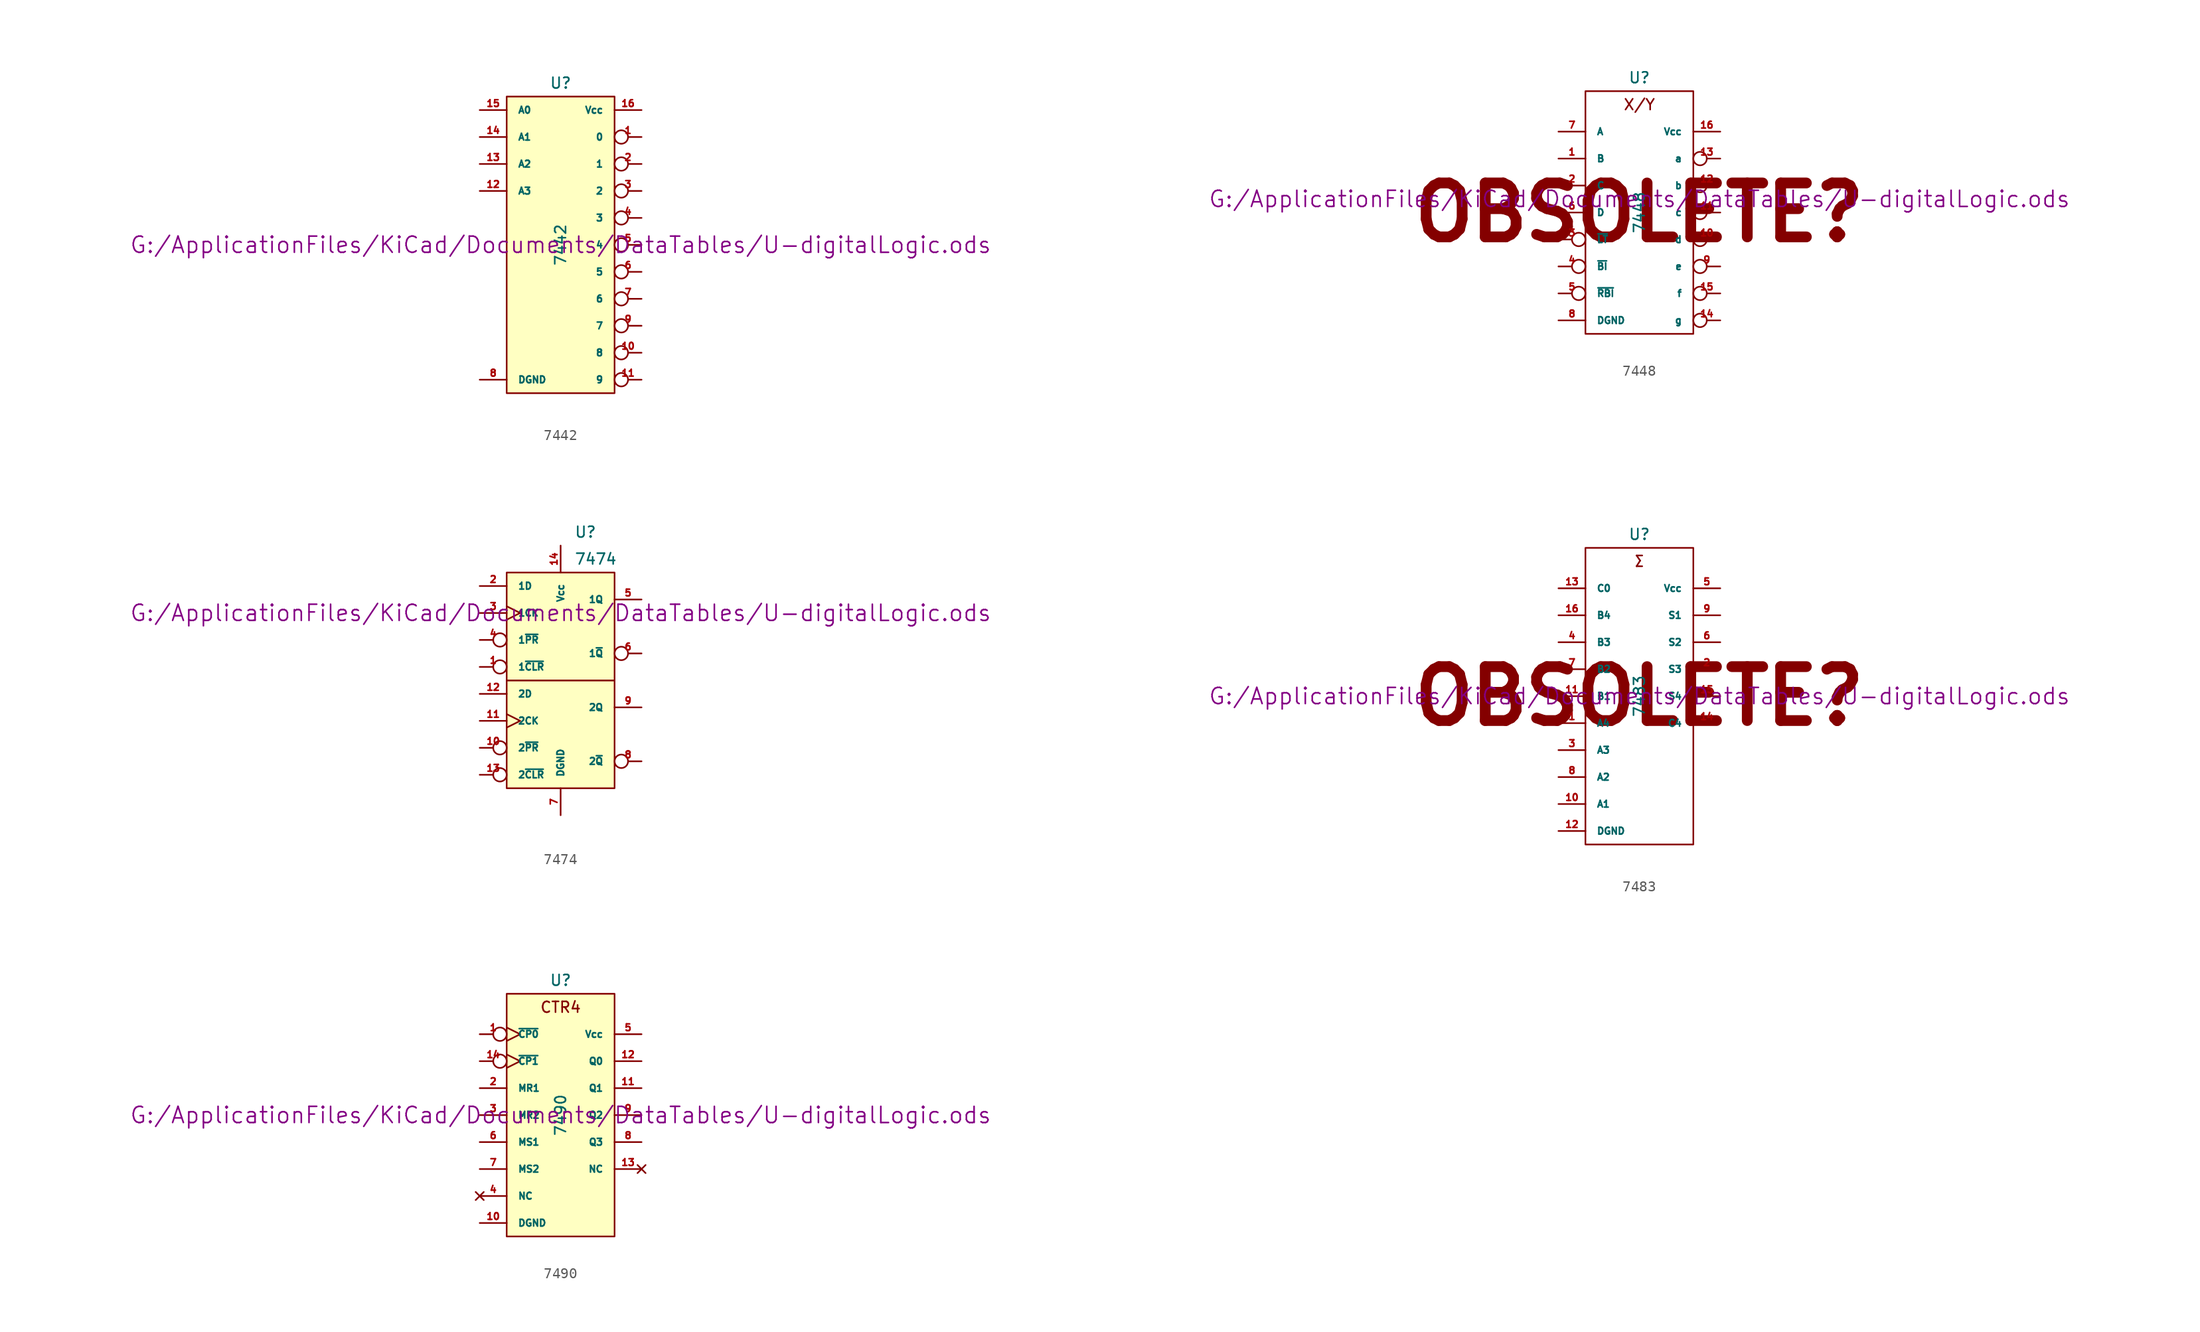
<source format=kicad_sym>
(kicad_symbol_lib
  (version 20211014)
  (generator kicad_symbol_editor)
  (symbol "7442"
    (pin_names
      (offset 1.016))
    (property "Reference" "U"
      (at 0 15.24 0)
      (effects (font (size 1.016 1.016))))
    (property "Value" "7442"
      (at 0 0 90)
      (effects (font (size 1.016 1.016))))
    (property "Footprint" ""
      (at 0 0 0)
      (effects (font (size 1.524 1.524))))
    (property "Datasheet" "G:/ApplicationFiles/KiCad/Documents/DataTables/U-digitalLogic.ods"
      (at 0 0 0)
      (effects (font (size 1.524 1.524))))
    (symbol "7442_0_1"
      (rectangle (start -5.08 13.97) (end 5.08 -13.97) (stroke (width 0) (type default) (color 0 0 0 0)) (fill (type background))))
    (symbol "7442_1_1"
      (pin output inverted (at 7.62 10.16 180) (length 2.54) (name "0" (effects (font (size 0.635 0.635)))) (number "1" (effects (font (size 0.635 0.635)))))
      (pin output inverted (at 7.62 -10.16 180) (length 2.54) (name "8" (effects (font (size 0.635 0.635)))) (number "10" (effects (font (size 0.635 0.635)))))
      (pin output inverted (at 7.62 -12.7 180) (length 2.54) (name "9" (effects (font (size 0.635 0.635)))) (number "11" (effects (font (size 0.635 0.635)))))
      (pin input line (at -7.62 5.08 0) (length 2.54) (name "A3" (effects (font (size 0.635 0.635)))) (number "12" (effects (font (size 0.635 0.635)))))
      (pin input line (at -7.62 7.62 0) (length 2.54) (name "A2" (effects (font (size 0.635 0.635)))) (number "13" (effects (font (size 0.635 0.635)))))
      (pin input line (at -7.62 10.16 0) (length 2.54) (name "A1" (effects (font (size 0.635 0.635)))) (number "14" (effects (font (size 0.635 0.635)))))
      (pin input line (at -7.62 12.7 0) (length 2.54) (name "A0" (effects (font (size 0.635 0.635)))) (number "15" (effects (font (size 0.635 0.635)))))
      (pin power_in line (at 7.62 12.7 180) (length 2.54) (name "Vcc" (effects (font (size 0.635 0.635)))) (number "16" (effects (font (size 0.635 0.635)))))
      (pin output inverted (at 7.62 7.62 180) (length 2.54) (name "1" (effects (font (size 0.635 0.635)))) (number "2" (effects (font (size 0.635 0.635)))))
      (pin output inverted (at 7.62 5.08 180) (length 2.54) (name "2" (effects (font (size 0.635 0.635)))) (number "3" (effects (font (size 0.635 0.635)))))
      (pin output inverted (at 7.62 2.54 180) (length 2.54) (name "3" (effects (font (size 0.635 0.635)))) (number "4" (effects (font (size 0.635 0.635)))))
      (pin output inverted (at 7.62 0 180) (length 2.54) (name "4" (effects (font (size 0.635 0.635)))) (number "5" (effects (font (size 0.635 0.635)))))
      (pin output inverted (at 7.62 -2.54 180) (length 2.54) (name "5" (effects (font (size 0.635 0.635)))) (number "6" (effects (font (size 0.635 0.635)))))
      (pin output inverted (at 7.62 -5.08 180) (length 2.54) (name "6" (effects (font (size 0.635 0.635)))) (number "7" (effects (font (size 0.635 0.635)))))
      (pin power_in line (at -7.62 -12.7 0) (length 2.54) (name "DGND" (effects (font (size 0.635 0.635)))) (number "8" (effects (font (size 0.635 0.635)))))
      (pin output inverted (at 7.62 -7.62 180) (length 2.54) (name "7" (effects (font (size 0.635 0.635)))) (number "9" (effects (font (size 0.635 0.635)))))))
  (symbol "7448"
    (pin_names
      (offset 1.016))
    (property "Reference" "U"
      (at 0 12.7 0)
      (effects (font (size 1.016 1.016))))
    (property "Value" "7448"
      (at 0 0 90)
      (effects (font (size 1.016 1.016))))
    (property "Footprint" ""
      (at 0 1.27 0)
      (effects (font (size 1.524 1.524))))
    (property "Datasheet" "G:/ApplicationFiles/KiCad/Documents/DataTables/U-digitalLogic.ods"
      (at 0 1.27 0)
      (effects (font (size 1.524 1.524))))
    (symbol "7448_0_0"
      (text "OBSOLETE?" (at 0 0 0) (effects (font (size 5.08 5.08) bold)))
      (text "X/Y" (at 0 10.16 0) (effects (font (size 1.016 1.016)))))
    (symbol "7448_0_1"
      (rectangle (start -5.08 11.43) (end 5.08 -11.43) (stroke (width 0) (type default) (color 0 0 0 0)) (fill (type none))))
    (symbol "7448_1_1"
      (pin input line (at -7.62 5.08 0) (length 2.54) (name "B" (effects (font (size 0.635 0.635)))) (number "1" (effects (font (size 0.635 0.635)))))
      (pin open_collector inverted (at 7.62 -2.54 180) (length 2.54) (name "d" (effects (font (size 0.635 0.635)))) (number "10" (effects (font (size 0.635 0.635)))))
      (pin open_collector inverted (at 7.62 0 180) (length 2.54) (name "c" (effects (font (size 0.635 0.635)))) (number "11" (effects (font (size 0.635 0.635)))))
      (pin open_collector inverted (at 7.62 2.54 180) (length 2.54) (name "b" (effects (font (size 0.635 0.635)))) (number "12" (effects (font (size 0.635 0.635)))))
      (pin open_collector inverted (at 7.62 5.08 180) (length 2.54) (name "a" (effects (font (size 0.635 0.635)))) (number "13" (effects (font (size 0.635 0.635)))))
      (pin open_collector inverted (at 7.62 -10.16 180) (length 2.54) (name "g" (effects (font (size 0.635 0.635)))) (number "14" (effects (font (size 0.635 0.635)))))
      (pin open_collector inverted (at 7.62 -7.62 180) (length 2.54) (name "f" (effects (font (size 0.635 0.635)))) (number "15" (effects (font (size 0.635 0.635)))))
      (pin power_in line (at 7.62 7.62 180) (length 2.54) (name "Vcc" (effects (font (size 0.635 0.635)))) (number "16" (effects (font (size 0.635 0.635)))))
      (pin input line (at -7.62 2.54 0) (length 2.54) (name "C" (effects (font (size 0.635 0.635)))) (number "2" (effects (font (size 0.635 0.635)))))
      (pin input inverted (at -7.62 -2.54 0) (length 2.54) (name "~{LT}" (effects (font (size 0.635 0.635)))) (number "3" (effects (font (size 0.635 0.635)))))
      (pin input inverted (at -7.62 -5.08 0) (length 2.54) (name "~{BI}" (effects (font (size 0.635 0.635)))) (number "4" (effects (font (size 0.635 0.635)))))
      (pin input inverted (at -7.62 -7.62 0) (length 2.54) (name "~{RBI}" (effects (font (size 0.635 0.635)))) (number "5" (effects (font (size 0.635 0.635)))))
      (pin input line (at -7.62 0 0) (length 2.54) (name "D" (effects (font (size 0.635 0.635)))) (number "6" (effects (font (size 0.635 0.635)))))
      (pin input line (at -7.62 7.62 0) (length 2.54) (name "A" (effects (font (size 0.635 0.635)))) (number "7" (effects (font (size 0.635 0.635)))))
      (pin power_in line (at -7.62 -10.16 0) (length 2.54) (name "DGND" (effects (font (size 0.635 0.635)))) (number "8" (effects (font (size 0.635 0.635)))))
      (pin open_collector inverted (at 7.62 -5.08 180) (length 2.54) (name "e" (effects (font (size 0.635 0.635)))) (number "9" (effects (font (size 0.635 0.635)))))))
  (symbol "7474"
    (pin_names
      (offset 1.016))
    (property "Reference" "U"
      (at 1.27 13.97 0)
      (effects (font (size 1.016 1.016)) (justify left)))
    (property "Value" "7474"
      (at 1.27 11.43 0)
      (effects (font (size 1.016 1.016)) (justify left)))
    (property "Footprint" ""
      (at 0 6.35 0)
      (effects (font (size 1.524 1.524))))
    (property "Datasheet" "G:/ApplicationFiles/KiCad/Documents/DataTables/U-digitalLogic.ods"
      (at 0 6.35 0)
      (effects (font (size 1.524 1.524))))
    (symbol "7474_0_1"
      (rectangle (start -5.08 0) (end 5.08 -10.16) (stroke (width 0) (type default) (color 0 0 0 0)) (fill (type background)))
      (rectangle (start -5.08 10.16) (end 5.08 0) (stroke (width 0) (type default) (color 0 0 0 0)) (fill (type background))))
    (symbol "7474_1_1"
      (pin input inverted (at -7.62 1.27 0) (length 2.54) (name "1~{CLR}" (effects (font (size 0.635 0.635)))) (number "1" (effects (font (size 0.635 0.635)))))
      (pin input inverted (at -7.62 -6.35 0) (length 2.54) (name "2~{PR}" (effects (font (size 0.635 0.635)))) (number "10" (effects (font (size 0.635 0.635)))))
      (pin input clock (at -7.62 -3.81 0) (length 2.54) (name "2CK" (effects (font (size 0.635 0.635)))) (number "11" (effects (font (size 0.635 0.635)))))
      (pin input line (at -7.62 -1.27 0) (length 2.54) (name "2D" (effects (font (size 0.635 0.635)))) (number "12" (effects (font (size 0.635 0.635)))))
      (pin input inverted (at -7.62 -8.89 0) (length 2.54) (name "2~{CLR}" (effects (font (size 0.635 0.635)))) (number "13" (effects (font (size 0.635 0.635)))))
      (pin power_in line (at 0 12.7 270) (length 2.54) (name "Vcc" (effects (font (size 0.635 0.635)))) (number "14" (effects (font (size 0.635 0.635)))))
      (pin input line (at -7.62 8.89 0) (length 2.54) (name "1D" (effects (font (size 0.635 0.635)))) (number "2" (effects (font (size 0.635 0.635)))))
      (pin input clock (at -7.62 6.35 0) (length 2.54) (name "1CK" (effects (font (size 0.635 0.635)))) (number "3" (effects (font (size 0.635 0.635)))))
      (pin input inverted (at -7.62 3.81 0) (length 2.54) (name "1~{PR}" (effects (font (size 0.635 0.635)))) (number "4" (effects (font (size 0.635 0.635)))))
      (pin output line (at 7.62 7.62 180) (length 2.54) (name "1Q" (effects (font (size 0.635 0.635)))) (number "5" (effects (font (size 0.635 0.635)))))
      (pin output inverted (at 7.62 2.54 180) (length 2.54) (name "1~{Q}" (effects (font (size 0.635 0.635)))) (number "6" (effects (font (size 0.635 0.635)))))
      (pin power_in line (at 0 -12.7 90) (length 2.54) (name "DGND" (effects (font (size 0.635 0.635)))) (number "7" (effects (font (size 0.635 0.635)))))
      (pin output inverted (at 7.62 -7.62 180) (length 2.54) (name "2~{Q}" (effects (font (size 0.635 0.635)))) (number "8" (effects (font (size 0.635 0.635)))))
      (pin output line (at 7.62 -2.54 180) (length 2.54) (name "2Q" (effects (font (size 0.635 0.635)))) (number "9" (effects (font (size 0.635 0.635)))))))
  (symbol "7483"
    (pin_names
      (offset 1.016))
    (property "Reference" "U"
      (at 0 15.24 0)
      (effects (font (size 1.016 1.016))))
    (property "Value" "7483"
      (at 0 0 90)
      (effects (font (size 1.016 1.016))))
    (property "Footprint" ""
      (at 0 0 0)
      (effects (font (size 1.524 1.524))))
    (property "Datasheet" "G:/ApplicationFiles/KiCad/Documents/DataTables/U-digitalLogic.ods"
      (at 0 0 0)
      (effects (font (size 1.524 1.524))))
    (symbol "7483_0_0"
      (text "OBSOLETE?" (at 0 0 0) (effects (font (size 5.08 5.08) bold)))
      (text "Σ" (at 0 12.7 0) (effects (font (size 1.016 1.016)))))
    (symbol "7483_0_1"
      (rectangle (start -5.08 13.97) (end 5.08 -13.97) (stroke (width 0) (type default) (color 0 0 0 0)) (fill (type none))))
    (symbol "7483_1_1"
      (pin input line (at -7.62 -2.54 0) (length 2.54) (name "A4" (effects (font (size 0.635 0.635)))) (number "1" (effects (font (size 0.635 0.635)))))
      (pin input line (at -7.62 -10.16 0) (length 2.54) (name "A1" (effects (font (size 0.635 0.635)))) (number "10" (effects (font (size 0.635 0.635)))))
      (pin input line (at -7.62 0 0) (length 2.54) (name "B1" (effects (font (size 0.635 0.635)))) (number "11" (effects (font (size 0.635 0.635)))))
      (pin power_in line (at -7.62 -12.7 0) (length 2.54) (name "DGND" (effects (font (size 0.635 0.635)))) (number "12" (effects (font (size 0.635 0.635)))))
      (pin input line (at -7.62 10.16 0) (length 2.54) (name "C0" (effects (font (size 0.635 0.635)))) (number "13" (effects (font (size 0.635 0.635)))))
      (pin output line (at 7.62 -2.54 180) (length 2.54) (name "C4" (effects (font (size 0.635 0.635)))) (number "14" (effects (font (size 0.635 0.635)))))
      (pin output line (at 7.62 0 180) (length 2.54) (name "S4" (effects (font (size 0.635 0.635)))) (number "15" (effects (font (size 0.635 0.635)))))
      (pin input line (at -7.62 7.62 0) (length 2.54) (name "B4" (effects (font (size 0.635 0.635)))) (number "16" (effects (font (size 0.635 0.635)))))
      (pin output line (at 7.62 2.54 180) (length 2.54) (name "S3" (effects (font (size 0.635 0.635)))) (number "2" (effects (font (size 0.635 0.635)))))
      (pin input line (at -7.62 -5.08 0) (length 2.54) (name "A3" (effects (font (size 0.635 0.635)))) (number "3" (effects (font (size 0.635 0.635)))))
      (pin input line (at -7.62 5.08 0) (length 2.54) (name "B3" (effects (font (size 0.635 0.635)))) (number "4" (effects (font (size 0.635 0.635)))))
      (pin power_in line (at 7.62 10.16 180) (length 2.54) (name "Vcc" (effects (font (size 0.635 0.635)))) (number "5" (effects (font (size 0.635 0.635)))))
      (pin output line (at 7.62 5.08 180) (length 2.54) (name "S2" (effects (font (size 0.635 0.635)))) (number "6" (effects (font (size 0.635 0.635)))))
      (pin input line (at -7.62 2.54 0) (length 2.54) (name "B2" (effects (font (size 0.635 0.635)))) (number "7" (effects (font (size 0.635 0.635)))))
      (pin input line (at -7.62 -7.62 0) (length 2.54) (name "A2" (effects (font (size 0.635 0.635)))) (number "8" (effects (font (size 0.635 0.635)))))
      (pin output line (at 7.62 7.62 180) (length 2.54) (name "S1" (effects (font (size 0.635 0.635)))) (number "9" (effects (font (size 0.635 0.635)))))))
  (symbol "7490"
    (pin_names
      (offset 1.016))
    (property "Reference" "U"
      (at 0 12.7 0)
      (effects (font (size 1.016 1.016))))
    (property "Value" "7490"
      (at 0 0 90)
      (effects (font (size 1.016 1.016))))
    (property "Footprint" ""
      (at 0 0 0)
      (effects (font (size 1.524 1.524))))
    (property "Datasheet" "G:/ApplicationFiles/KiCad/Documents/DataTables/U-digitalLogic.ods"
      (at 0 0 0)
      (effects (font (size 1.524 1.524))))
    (symbol "7490_0_0"
      (text "CTR4" (at 0 10.16 0) (effects (font (size 1.016 1.016)))))
    (symbol "7490_0_1"
      (rectangle (start -5.08 11.43) (end 5.08 -11.43) (stroke (width 0) (type default) (color 0 0 0 0)) (fill (type background))))
    (symbol "7490_1_1"
      (pin input inverted_clock (at -7.62 7.62 0) (length 2.54) (name "~{CP0}" (effects (font (size 0.635 0.635)))) (number "1" (effects (font (size 0.635 0.635)))))
      (pin power_in line (at -7.62 -10.16 0) (length 2.54) (name "DGND" (effects (font (size 0.635 0.635)))) (number "10" (effects (font (size 0.635 0.635)))))
      (pin output line (at 7.62 2.54 180) (length 2.54) (name "Q1" (effects (font (size 0.635 0.635)))) (number "11" (effects (font (size 0.635 0.635)))))
      (pin output line (at 7.62 5.08 180) (length 2.54) (name "Q0" (effects (font (size 0.635 0.635)))) (number "12" (effects (font (size 0.635 0.635)))))
      (pin no_connect line (at 7.62 -5.08 180) (length 2.54) (name "NC" (effects (font (size 0.635 0.635)))) (number "13" (effects (font (size 0.635 0.635)))))
      (pin input inverted_clock (at -7.62 5.08 0) (length 2.54) (name "~{CP1}" (effects (font (size 0.635 0.635)))) (number "14" (effects (font (size 0.635 0.635)))))
      (pin input line (at -7.62 2.54 0) (length 2.54) (name "MR1" (effects (font (size 0.635 0.635)))) (number "2" (effects (font (size 0.635 0.635)))))
      (pin input line (at -7.62 0 0) (length 2.54) (name "MR2" (effects (font (size 0.635 0.635)))) (number "3" (effects (font (size 0.635 0.635)))))
      (pin no_connect line (at -7.62 -7.62 0) (length 2.54) (name "NC" (effects (font (size 0.635 0.635)))) (number "4" (effects (font (size 0.635 0.635)))))
      (pin power_in line (at 7.62 7.62 180) (length 2.54) (name "Vcc" (effects (font (size 0.635 0.635)))) (number "5" (effects (font (size 0.635 0.635)))))
      (pin input line (at -7.62 -2.54 0) (length 2.54) (name "MS1" (effects (font (size 0.635 0.635)))) (number "6" (effects (font (size 0.635 0.635)))))
      (pin input line (at -7.62 -5.08 0) (length 2.54) (name "MS2" (effects (font (size 0.635 0.635)))) (number "7" (effects (font (size 0.635 0.635)))))
      (pin output line (at 7.62 -2.54 180) (length 2.54) (name "Q3" (effects (font (size 0.635 0.635)))) (number "8" (effects (font (size 0.635 0.635)))))
      (pin output line (at 7.62 0 180) (length 2.54) (name "Q2" (effects (font (size 0.635 0.635)))) (number "9" (effects (font (size 0.635 0.635))))))))
</source>
